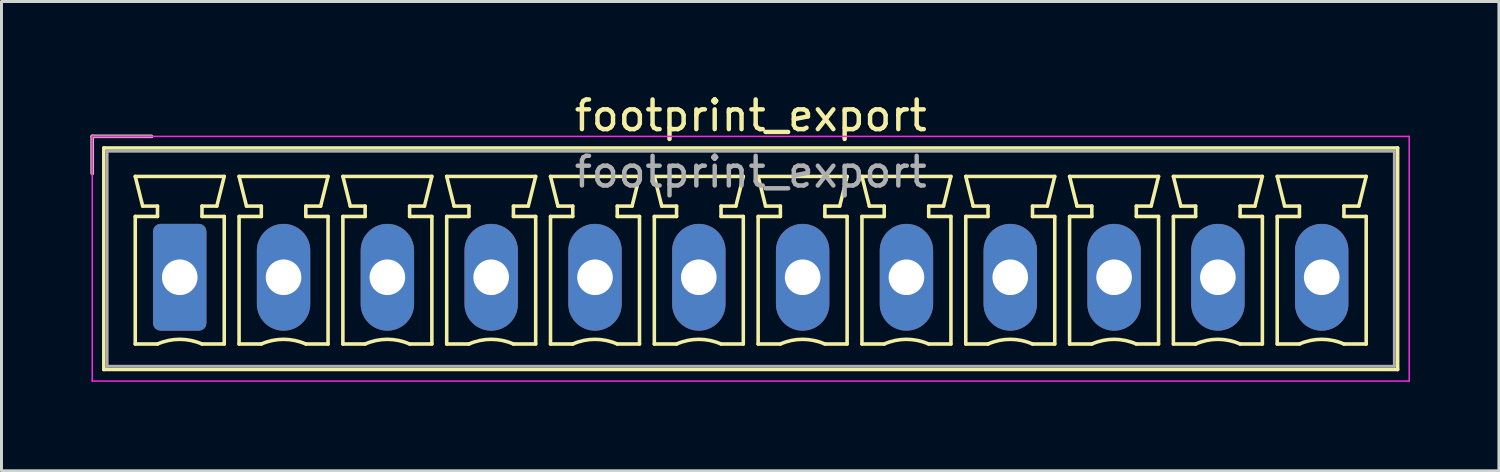
<source format=kicad_pcb>
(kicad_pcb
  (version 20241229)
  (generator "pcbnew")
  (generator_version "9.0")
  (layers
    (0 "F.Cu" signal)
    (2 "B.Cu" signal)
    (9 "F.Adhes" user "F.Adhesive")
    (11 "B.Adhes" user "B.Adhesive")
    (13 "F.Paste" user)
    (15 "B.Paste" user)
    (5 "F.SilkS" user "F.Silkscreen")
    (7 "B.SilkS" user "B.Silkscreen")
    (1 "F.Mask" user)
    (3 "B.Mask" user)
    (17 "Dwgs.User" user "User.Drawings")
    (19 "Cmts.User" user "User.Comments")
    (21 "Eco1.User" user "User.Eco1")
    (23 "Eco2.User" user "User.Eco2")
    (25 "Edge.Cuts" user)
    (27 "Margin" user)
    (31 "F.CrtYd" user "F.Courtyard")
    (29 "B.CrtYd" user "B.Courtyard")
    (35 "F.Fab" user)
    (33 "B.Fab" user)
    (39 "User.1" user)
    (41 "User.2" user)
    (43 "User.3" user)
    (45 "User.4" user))
  (footprint "footprint_export"
    (layer "F.Cu")
    (at 3.01 6.298)
    (property "Reference" "footprint_export" (at 19.25 -5.45 0) (layer "F.SilkS") (effects (font (size 1 1) (thickness 0.15))))
    (attr through_hole)
    (fp_line (start -2.95 -4.75) (end -0.95 -4.75) (stroke (width 0.12) (type solid)) (layer "F.SilkS"))
    (fp_line (start -2.95 -3.5) (end -2.95 -4.75) (stroke (width 0.12) (type solid)) (layer "F.SilkS"))
    (fp_line (start -2.56 -4.36) (end -2.56 3.11) (stroke (width 0.12) (type solid)) (layer "F.SilkS"))
    (fp_line (start -2.56 3.11) (end 41.06 3.11) (stroke (width 0.12) (type solid)) (layer "F.SilkS"))
    (fp_line (start -1.5 -3.4) (end 1.5 -3.4) (stroke (width 0.12) (type solid)) (layer "F.SilkS"))
    (fp_line (start -1.5 -2.05) (end -0.75 -2.05) (stroke (width 0.12) (type solid)) (layer "F.SilkS"))
    (fp_line (start -1.5 2.25) (end -1.5 -2.05) (stroke (width 0.12) (type solid)) (layer "F.SilkS"))
    (fp_line (start -1.25 -2.4) (end -1.5 -3.4) (stroke (width 0.12) (type solid)) (layer "F.SilkS"))
    (fp_line (start -0.75 -2.4) (end -1.25 -2.4) (stroke (width 0.12) (type solid)) (layer "F.SilkS"))
    (fp_line (start -0.75 -2.05) (end -0.75 -2.4) (stroke (width 0.12) (type solid)) (layer "F.SilkS"))
    (fp_line (start -0.75 2.25) (end -1.5 2.25) (stroke (width 0.12) (type solid)) (layer "F.SilkS"))
    (fp_line (start 0.75 -2.4) (end 0.75 -2.05) (stroke (width 0.12) (type solid)) (layer "F.SilkS"))
    (fp_line (start 0.75 -2.05) (end 1.5 -2.05) (stroke (width 0.12) (type solid)) (layer "F.SilkS"))
    (fp_line (start 1.25 -2.4) (end 0.75 -2.4) (stroke (width 0.12) (type solid)) (layer "F.SilkS"))
    (fp_line (start 1.5 -3.4) (end 1.25 -2.4) (stroke (width 0.12) (type solid)) (layer "F.SilkS"))
    (fp_line (start 1.5 -2.05) (end 1.5 2.25) (stroke (width 0.12) (type solid)) (layer "F.SilkS"))
    (fp_line (start 1.5 2.25) (end 0.75 2.25) (stroke (width 0.12) (type solid)) (layer "F.SilkS"))
    (fp_line (start 2 -3.4) (end 5 -3.4) (stroke (width 0.12) (type solid)) (layer "F.SilkS"))
    (fp_line (start 2 -2.05) (end 2.75 -2.05) (stroke (width 0.12) (type solid)) (layer "F.SilkS"))
    (fp_line (start 2 2.25) (end 2 -2.05) (stroke (width 0.12) (type solid)) (layer "F.SilkS"))
    (fp_line (start 2.25 -2.4) (end 2 -3.4) (stroke (width 0.12) (type solid)) (layer "F.SilkS"))
    (fp_line (start 2.75 -2.4) (end 2.25 -2.4) (stroke (width 0.12) (type solid)) (layer "F.SilkS"))
    (fp_line (start 2.75 -2.05) (end 2.75 -2.4) (stroke (width 0.12) (type solid)) (layer "F.SilkS"))
    (fp_line (start 2.75 2.25) (end 2 2.25) (stroke (width 0.12) (type solid)) (layer "F.SilkS"))
    (fp_line (start 4.25 -2.4) (end 4.25 -2.05) (stroke (width 0.12) (type solid)) (layer "F.SilkS"))
    (fp_line (start 4.25 -2.05) (end 5 -2.05) (stroke (width 0.12) (type solid)) (layer "F.SilkS"))
    (fp_line (start 4.75 -2.4) (end 4.25 -2.4) (stroke (width 0.12) (type solid)) (layer "F.SilkS"))
    (fp_line (start 5 -3.4) (end 4.75 -2.4) (stroke (width 0.12) (type solid)) (layer "F.SilkS"))
    (fp_line (start 5 -2.05) (end 5 2.25) (stroke (width 0.12) (type solid)) (layer "F.SilkS"))
    (fp_line (start 5 2.25) (end 4.25 2.25) (stroke (width 0.12) (type solid)) (layer "F.SilkS"))
    (fp_line (start 5.5 -3.4) (end 8.5 -3.4) (stroke (width 0.12) (type solid)) (layer "F.SilkS"))
    (fp_line (start 5.5 -2.05) (end 6.25 -2.05) (stroke (width 0.12) (type solid)) (layer "F.SilkS"))
    (fp_line (start 5.5 2.25) (end 5.5 -2.05) (stroke (width 0.12) (type solid)) (layer "F.SilkS"))
    (fp_line (start 5.75 -2.4) (end 5.5 -3.4) (stroke (width 0.12) (type solid)) (layer "F.SilkS"))
    (fp_line (start 6.25 -2.4) (end 5.75 -2.4) (stroke (width 0.12) (type solid)) (layer "F.SilkS"))
    (fp_line (start 6.25 -2.05) (end 6.25 -2.4) (stroke (width 0.12) (type solid)) (layer "F.SilkS"))
    (fp_line (start 6.25 2.25) (end 5.5 2.25) (stroke (width 0.12) (type solid)) (layer "F.SilkS"))
    (fp_line (start 7.75 -2.4) (end 7.75 -2.05) (stroke (width 0.12) (type solid)) (layer "F.SilkS"))
    (fp_line (start 7.75 -2.05) (end 8.5 -2.05) (stroke (width 0.12) (type solid)) (layer "F.SilkS"))
    (fp_line (start 8.25 -2.4) (end 7.75 -2.4) (stroke (width 0.12) (type solid)) (layer "F.SilkS"))
    (fp_line (start 8.5 -3.4) (end 8.25 -2.4) (stroke (width 0.12) (type solid)) (layer "F.SilkS"))
    (fp_line (start 8.5 -2.05) (end 8.5 2.25) (stroke (width 0.12) (type solid)) (layer "F.SilkS"))
    (fp_line (start 8.5 2.25) (end 7.75 2.25) (stroke (width 0.12) (type solid)) (layer "F.SilkS"))
    (fp_line (start 9 -3.4) (end 12 -3.4) (stroke (width 0.12) (type solid)) (layer "F.SilkS"))
    (fp_line (start 9 -2.05) (end 9.75 -2.05) (stroke (width 0.12) (type solid)) (layer "F.SilkS"))
    (fp_line (start 9 2.25) (end 9 -2.05) (stroke (width 0.12) (type solid)) (layer "F.SilkS"))
    (fp_line (start 9.25 -2.4) (end 9 -3.4) (stroke (width 0.12) (type solid)) (layer "F.SilkS"))
    (fp_line (start 9.75 -2.4) (end 9.25 -2.4) (stroke (width 0.12) (type solid)) (layer "F.SilkS"))
    (fp_line (start 9.75 -2.05) (end 9.75 -2.4) (stroke (width 0.12) (type solid)) (layer "F.SilkS"))
    (fp_line (start 9.75 2.25) (end 9 2.25) (stroke (width 0.12) (type solid)) (layer "F.SilkS"))
    (fp_line (start 11.25 -2.4) (end 11.25 -2.05) (stroke (width 0.12) (type solid)) (layer "F.SilkS"))
    (fp_line (start 11.25 -2.05) (end 12 -2.05) (stroke (width 0.12) (type solid)) (layer "F.SilkS"))
    (fp_line (start 11.75 -2.4) (end 11.25 -2.4) (stroke (width 0.12) (type solid)) (layer "F.SilkS"))
    (fp_line (start 12 -3.4) (end 11.75 -2.4) (stroke (width 0.12) (type solid)) (layer "F.SilkS"))
    (fp_line (start 12 -2.05) (end 12 2.25) (stroke (width 0.12) (type solid)) (layer "F.SilkS"))
    (fp_line (start 12 2.25) (end 11.25 2.25) (stroke (width 0.12) (type solid)) (layer "F.SilkS"))
    (fp_line (start 12.5 -3.4) (end 15.5 -3.4) (stroke (width 0.12) (type solid)) (layer "F.SilkS"))
    (fp_line (start 12.5 -2.05) (end 13.25 -2.05) (stroke (width 0.12) (type solid)) (layer "F.SilkS"))
    (fp_line (start 12.5 2.25) (end 12.5 -2.05) (stroke (width 0.12) (type solid)) (layer "F.SilkS"))
    (fp_line (start 12.75 -2.4) (end 12.5 -3.4) (stroke (width 0.12) (type solid)) (layer "F.SilkS"))
    (fp_line (start 13.25 -2.4) (end 12.75 -2.4) (stroke (width 0.12) (type solid)) (layer "F.SilkS"))
    (fp_line (start 13.25 -2.05) (end 13.25 -2.4) (stroke (width 0.12) (type solid)) (layer "F.SilkS"))
    (fp_line (start 13.25 2.25) (end 12.5 2.25) (stroke (width 0.12) (type solid)) (layer "F.SilkS"))
    (fp_line (start 14.75 -2.4) (end 14.75 -2.05) (stroke (width 0.12) (type solid)) (layer "F.SilkS"))
    (fp_line (start 14.75 -2.05) (end 15.5 -2.05) (stroke (width 0.12) (type solid)) (layer "F.SilkS"))
    (fp_line (start 15.25 -2.4) (end 14.75 -2.4) (stroke (width 0.12) (type solid)) (layer "F.SilkS"))
    (fp_line (start 15.5 -3.4) (end 15.25 -2.4) (stroke (width 0.12) (type solid)) (layer "F.SilkS"))
    (fp_line (start 15.5 -2.05) (end 15.5 2.25) (stroke (width 0.12) (type solid)) (layer "F.SilkS"))
    (fp_line (start 15.5 2.25) (end 14.75 2.25) (stroke (width 0.12) (type solid)) (layer "F.SilkS"))
    (fp_line (start 16 -3.4) (end 19 -3.4) (stroke (width 0.12) (type solid)) (layer "F.SilkS"))
    (fp_line (start 16 -2.05) (end 16.75 -2.05) (stroke (width 0.12) (type solid)) (layer "F.SilkS"))
    (fp_line (start 16 2.25) (end 16 -2.05) (stroke (width 0.12) (type solid)) (layer "F.SilkS"))
    (fp_line (start 16.25 -2.4) (end 16 -3.4) (stroke (width 0.12) (type solid)) (layer "F.SilkS"))
    (fp_line (start 16.75 -2.4) (end 16.25 -2.4) (stroke (width 0.12) (type solid)) (layer "F.SilkS"))
    (fp_line (start 16.75 -2.05) (end 16.75 -2.4) (stroke (width 0.12) (type solid)) (layer "F.SilkS"))
    (fp_line (start 16.75 2.25) (end 16 2.25) (stroke (width 0.12) (type solid)) (layer "F.SilkS"))
    (fp_line (start 18.25 -2.4) (end 18.25 -2.05) (stroke (width 0.12) (type solid)) (layer "F.SilkS"))
    (fp_line (start 18.25 -2.05) (end 19 -2.05) (stroke (width 0.12) (type solid)) (layer "F.SilkS"))
    (fp_line (start 18.75 -2.4) (end 18.25 -2.4) (stroke (width 0.12) (type solid)) (layer "F.SilkS"))
    (fp_line (start 19 -3.4) (end 18.75 -2.4) (stroke (width 0.12) (type solid)) (layer "F.SilkS"))
    (fp_line (start 19 -2.05) (end 19 2.25) (stroke (width 0.12) (type solid)) (layer "F.SilkS"))
    (fp_line (start 19 2.25) (end 18.25 2.25) (stroke (width 0.12) (type solid)) (layer "F.SilkS"))
    (fp_line (start 19.5 -3.4) (end 22.5 -3.4) (stroke (width 0.12) (type solid)) (layer "F.SilkS"))
    (fp_line (start 19.5 -2.05) (end 20.25 -2.05) (stroke (width 0.12) (type solid)) (layer "F.SilkS"))
    (fp_line (start 19.5 2.25) (end 19.5 -2.05) (stroke (width 0.12) (type solid)) (layer "F.SilkS"))
    (fp_line (start 19.75 -2.4) (end 19.5 -3.4) (stroke (width 0.12) (type solid)) (layer "F.SilkS"))
    (fp_line (start 20.25 -2.4) (end 19.75 -2.4) (stroke (width 0.12) (type solid)) (layer "F.SilkS"))
    (fp_line (start 20.25 -2.05) (end 20.25 -2.4) (stroke (width 0.12) (type solid)) (layer "F.SilkS"))
    (fp_line (start 20.25 2.25) (end 19.5 2.25) (stroke (width 0.12) (type solid)) (layer "F.SilkS"))
    (fp_line (start 21.75 -2.4) (end 21.75 -2.05) (stroke (width 0.12) (type solid)) (layer "F.SilkS"))
    (fp_line (start 21.75 -2.05) (end 22.5 -2.05) (stroke (width 0.12) (type solid)) (layer "F.SilkS"))
    (fp_line (start 22.25 -2.4) (end 21.75 -2.4) (stroke (width 0.12) (type solid)) (layer "F.SilkS"))
    (fp_line (start 22.5 -3.4) (end 22.25 -2.4) (stroke (width 0.12) (type solid)) (layer "F.SilkS"))
    (fp_line (start 22.5 -2.05) (end 22.5 2.25) (stroke (width 0.12) (type solid)) (layer "F.SilkS"))
    (fp_line (start 22.5 2.25) (end 21.75 2.25) (stroke (width 0.12) (type solid)) (layer "F.SilkS"))
    (fp_line (start 23 -3.4) (end 26 -3.4) (stroke (width 0.12) (type solid)) (layer "F.SilkS"))
    (fp_line (start 23 -2.05) (end 23.75 -2.05) (stroke (width 0.12) (type solid)) (layer "F.SilkS"))
    (fp_line (start 23 2.25) (end 23 -2.05) (stroke (width 0.12) (type solid)) (layer "F.SilkS"))
    (fp_line (start 23.25 -2.4) (end 23 -3.4) (stroke (width 0.12) (type solid)) (layer "F.SilkS"))
    (fp_line (start 23.75 -2.4) (end 23.25 -2.4) (stroke (width 0.12) (type solid)) (layer "F.SilkS"))
    (fp_line (start 23.75 -2.05) (end 23.75 -2.4) (stroke (width 0.12) (type solid)) (layer "F.SilkS"))
    (fp_line (start 23.75 2.25) (end 23 2.25) (stroke (width 0.12) (type solid)) (layer "F.SilkS"))
    (fp_line (start 25.25 -2.4) (end 25.25 -2.05) (stroke (width 0.12) (type solid)) (layer "F.SilkS"))
    (fp_line (start 25.25 -2.05) (end 26 -2.05) (stroke (width 0.12) (type solid)) (layer "F.SilkS"))
    (fp_line (start 25.75 -2.4) (end 25.25 -2.4) (stroke (width 0.12) (type solid)) (layer "F.SilkS"))
    (fp_line (start 26 -3.4) (end 25.75 -2.4) (stroke (width 0.12) (type solid)) (layer "F.SilkS"))
    (fp_line (start 26 -2.05) (end 26 2.25) (stroke (width 0.12) (type solid)) (layer "F.SilkS"))
    (fp_line (start 26 2.25) (end 25.25 2.25) (stroke (width 0.12) (type solid)) (layer "F.SilkS"))
    (fp_line (start 26.5 -3.4) (end 29.5 -3.4) (stroke (width 0.12) (type solid)) (layer "F.SilkS"))
    (fp_line (start 26.5 -2.05) (end 27.25 -2.05) (stroke (width 0.12) (type solid)) (layer "F.SilkS"))
    (fp_line (start 26.5 2.25) (end 26.5 -2.05) (stroke (width 0.12) (type solid)) (layer "F.SilkS"))
    (fp_line (start 26.75 -2.4) (end 26.5 -3.4) (stroke (width 0.12) (type solid)) (layer "F.SilkS"))
    (fp_line (start 27.25 -2.4) (end 26.75 -2.4) (stroke (width 0.12) (type solid)) (layer "F.SilkS"))
    (fp_line (start 27.25 -2.05) (end 27.25 -2.4) (stroke (width 0.12) (type solid)) (layer "F.SilkS"))
    (fp_line (start 27.25 2.25) (end 26.5 2.25) (stroke (width 0.12) (type solid)) (layer "F.SilkS"))
    (fp_line (start 28.75 -2.4) (end 28.75 -2.05) (stroke (width 0.12) (type solid)) (layer "F.SilkS"))
    (fp_line (start 28.75 -2.05) (end 29.5 -2.05) (stroke (width 0.12) (type solid)) (layer "F.SilkS"))
    (fp_line (start 29.25 -2.4) (end 28.75 -2.4) (stroke (width 0.12) (type solid)) (layer "F.SilkS"))
    (fp_line (start 29.5 -3.4) (end 29.25 -2.4) (stroke (width 0.12) (type solid)) (layer "F.SilkS"))
    (fp_line (start 29.5 -2.05) (end 29.5 2.25) (stroke (width 0.12) (type solid)) (layer "F.SilkS"))
    (fp_line (start 29.5 2.25) (end 28.75 2.25) (stroke (width 0.12) (type solid)) (layer "F.SilkS"))
    (fp_line (start 30 -3.4) (end 33 -3.4) (stroke (width 0.12) (type solid)) (layer "F.SilkS"))
    (fp_line (start 30 -2.05) (end 30.75 -2.05) (stroke (width 0.12) (type solid)) (layer "F.SilkS"))
    (fp_line (start 30 2.25) (end 30 -2.05) (stroke (width 0.12) (type solid)) (layer "F.SilkS"))
    (fp_line (start 30.25 -2.4) (end 30 -3.4) (stroke (width 0.12) (type solid)) (layer "F.SilkS"))
    (fp_line (start 30.75 -2.4) (end 30.25 -2.4) (stroke (width 0.12) (type solid)) (layer "F.SilkS"))
    (fp_line (start 30.75 -2.05) (end 30.75 -2.4) (stroke (width 0.12) (type solid)) (layer "F.SilkS"))
    (fp_line (start 30.75 2.25) (end 30 2.25) (stroke (width 0.12) (type solid)) (layer "F.SilkS"))
    (fp_line (start 32.25 -2.4) (end 32.25 -2.05) (stroke (width 0.12) (type solid)) (layer "F.SilkS"))
    (fp_line (start 32.25 -2.05) (end 33 -2.05) (stroke (width 0.12) (type solid)) (layer "F.SilkS"))
    (fp_line (start 32.75 -2.4) (end 32.25 -2.4) (stroke (width 0.12) (type solid)) (layer "F.SilkS"))
    (fp_line (start 33 -3.4) (end 32.75 -2.4) (stroke (width 0.12) (type solid)) (layer "F.SilkS"))
    (fp_line (start 33 -2.05) (end 33 2.25) (stroke (width 0.12) (type solid)) (layer "F.SilkS"))
    (fp_line (start 33 2.25) (end 32.25 2.25) (stroke (width 0.12) (type solid)) (layer "F.SilkS"))
    (fp_line (start 33.5 -3.4) (end 36.5 -3.4) (stroke (width 0.12) (type solid)) (layer "F.SilkS"))
    (fp_line (start 33.5 -2.05) (end 34.25 -2.05) (stroke (width 0.12) (type solid)) (layer "F.SilkS"))
    (fp_line (start 33.5 2.25) (end 33.5 -2.05) (stroke (width 0.12) (type solid)) (layer "F.SilkS"))
    (fp_line (start 33.75 -2.4) (end 33.5 -3.4) (stroke (width 0.12) (type solid)) (layer "F.SilkS"))
    (fp_line (start 34.25 -2.4) (end 33.75 -2.4) (stroke (width 0.12) (type solid)) (layer "F.SilkS"))
    (fp_line (start 34.25 -2.05) (end 34.25 -2.4) (stroke (width 0.12) (type solid)) (layer "F.SilkS"))
    (fp_line (start 34.25 2.25) (end 33.5 2.25) (stroke (width 0.12) (type solid)) (layer "F.SilkS"))
    (fp_line (start 35.75 -2.4) (end 35.75 -2.05) (stroke (width 0.12) (type solid)) (layer "F.SilkS"))
    (fp_line (start 35.75 -2.05) (end 36.5 -2.05) (stroke (width 0.12) (type solid)) (layer "F.SilkS"))
    (fp_line (start 36.25 -2.4) (end 35.75 -2.4) (stroke (width 0.12) (type solid)) (layer "F.SilkS"))
    (fp_line (start 36.5 -3.4) (end 36.25 -2.4) (stroke (width 0.12) (type solid)) (layer "F.SilkS"))
    (fp_line (start 36.5 -2.05) (end 36.5 2.25) (stroke (width 0.12) (type solid)) (layer "F.SilkS"))
    (fp_line (start 36.5 2.25) (end 35.75 2.25) (stroke (width 0.12) (type solid)) (layer "F.SilkS"))
    (fp_line (start 37 -3.4) (end 40 -3.4) (stroke (width 0.12) (type solid)) (layer "F.SilkS"))
    (fp_line (start 37 -2.05) (end 37.75 -2.05) (stroke (width 0.12) (type solid)) (layer "F.SilkS"))
    (fp_line (start 37 2.25) (end 37 -2.05) (stroke (width 0.12) (type solid)) (layer "F.SilkS"))
    (fp_line (start 37.25 -2.4) (end 37 -3.4) (stroke (width 0.12) (type solid)) (layer "F.SilkS"))
    (fp_line (start 37.75 -2.4) (end 37.25 -2.4) (stroke (width 0.12) (type solid)) (layer "F.SilkS"))
    (fp_line (start 37.75 -2.05) (end 37.75 -2.4) (stroke (width 0.12) (type solid)) (layer "F.SilkS"))
    (fp_line (start 37.75 2.25) (end 37 2.25) (stroke (width 0.12) (type solid)) (layer "F.SilkS"))
    (fp_line (start 39.25 -2.4) (end 39.25 -2.05) (stroke (width 0.12) (type solid)) (layer "F.SilkS"))
    (fp_line (start 39.25 -2.05) (end 40 -2.05) (stroke (width 0.12) (type solid)) (layer "F.SilkS"))
    (fp_line (start 39.75 -2.4) (end 39.25 -2.4) (stroke (width 0.12) (type solid)) (layer "F.SilkS"))
    (fp_line (start 40 -3.4) (end 39.75 -2.4) (stroke (width 0.12) (type solid)) (layer "F.SilkS"))
    (fp_line (start 40 -2.05) (end 40 2.25) (stroke (width 0.12) (type solid)) (layer "F.SilkS"))
    (fp_line (start 40 2.25) (end 39.25 2.25) (stroke (width 0.12) (type solid)) (layer "F.SilkS"))
    (fp_line (start 41.06 -4.36) (end -2.56 -4.36) (stroke (width 0.12) (type solid)) (layer "F.SilkS"))
    (fp_line (start 41.06 3.11) (end 41.06 -4.36) (stroke (width 0.12) (type solid)) (layer "F.SilkS"))
    (fp_arc (start -0.75 2.25) (mid -0.000193 2.09191) (end 0.749647 2.249844) (stroke (width 0.12) (type solid)) (layer "F.SilkS"))
    (fp_arc (start 2.75 2.25) (mid 3.499807 2.09191) (end 4.249647 2.249844) (stroke (width 0.12) (type solid)) (layer "F.SilkS"))
    (fp_arc (start 6.25 2.25) (mid 6.999807 2.09191) (end 7.749647 2.249844) (stroke (width 0.12) (type solid)) (layer "F.SilkS"))
    (fp_arc (start 9.75 2.25) (mid 10.499807 2.09191) (end 11.249647 2.249844) (stroke (width 0.12) (type solid)) (layer "F.SilkS"))
    (fp_arc (start 13.25 2.25) (mid 13.999807 2.09191) (end 14.749647 2.249844) (stroke (width 0.12) (type solid)) (layer "F.SilkS"))
    (fp_arc (start 16.75 2.25) (mid 17.499807 2.09191) (end 18.249647 2.249844) (stroke (width 0.12) (type solid)) (layer "F.SilkS"))
    (fp_arc (start 20.25 2.25) (mid 20.999807 2.09191) (end 21.749647 2.249844) (stroke (width 0.12) (type solid)) (layer "F.SilkS"))
    (fp_arc (start 23.75 2.25) (mid 24.499807 2.09191) (end 25.249647 2.249844) (stroke (width 0.12) (type solid)) (layer "F.SilkS"))
    (fp_arc (start 27.25 2.25) (mid 27.999807 2.09191) (end 28.749647 2.249844) (stroke (width 0.12) (type solid)) (layer "F.SilkS"))
    (fp_arc (start 30.75 2.25) (mid 31.499807 2.09191) (end 32.249647 2.249844) (stroke (width 0.12) (type solid)) (layer "F.SilkS"))
    (fp_arc (start 34.25 2.25) (mid 34.999807 2.09191) (end 35.749647 2.249844) (stroke (width 0.12) (type solid)) (layer "F.SilkS"))
    (fp_arc (start 37.75 2.25) (mid 38.499807 2.09191) (end 39.249647 2.249844) (stroke (width 0.12) (type solid)) (layer "F.SilkS"))
    (fp_line (start -2.95 -4.75) (end -2.95 3.5) (stroke (width 0.05) (type solid)) (layer "F.CrtYd"))
    (fp_line (start -2.95 3.5) (end 41.45 3.5) (stroke (width 0.05) (type solid)) (layer "F.CrtYd"))
    (fp_line (start 41.45 -4.75) (end -2.95 -4.75) (stroke (width 0.05) (type solid)) (layer "F.CrtYd"))
    (fp_line (start 41.45 3.5) (end 41.45 -4.75) (stroke (width 0.05) (type solid)) (layer "F.CrtYd"))
    (fp_line (start -2.95 -4.75) (end -0.95 -4.75) (stroke (width 0.1) (type solid)) (layer "F.Fab"))
    (fp_line (start -2.95 -3.5) (end -2.95 -4.75) (stroke (width 0.1) (type solid)) (layer "F.Fab"))
    (fp_line (start -2.45 -4.25) (end -2.45 3) (stroke (width 0.1) (type solid)) (layer "F.Fab"))
    (fp_line (start -2.45 3) (end 40.95 3) (stroke (width 0.1) (type solid)) (layer "F.Fab"))
    (fp_line (start 40.95 -4.25) (end -2.45 -4.25) (stroke (width 0.1) (type solid)) (layer "F.Fab"))
    (fp_line (start 40.95 3) (end 40.95 -4.25) (stroke (width 0.1) (type solid)) (layer "F.Fab"))
    (fp_text user "${REFERENCE}" (at 19.25 -3.55 0) (layer "F.Fab") (effects (font (size 1 1) (thickness 0.15))))
    (pad "1" thru_hole roundrect (at 0 0) (size 1.8 3.6) (drill 1.2) (layers "*.Cu" "*.Mask") (roundrect_rratio 0.139))
    (pad "2" thru_hole oval (at 3.5 0) (size 1.8 3.6) (drill 1.2) (layers "*.Cu" "*.Mask"))
    (pad "3" thru_hole oval (at 7 0) (size 1.8 3.6) (drill 1.2) (layers "*.Cu" "*.Mask"))
    (pad "4" thru_hole oval (at 10.5 0) (size 1.8 3.6) (drill 1.2) (layers "*.Cu" "*.Mask"))
    (pad "5" thru_hole oval (at 14 0) (size 1.8 3.6) (drill 1.2) (layers "*.Cu" "*.Mask"))
    (pad "6" thru_hole oval (at 17.5 0) (size 1.8 3.6) (drill 1.2) (layers "*.Cu" "*.Mask"))
    (pad "7" thru_hole oval (at 21 0) (size 1.8 3.6) (drill 1.2) (layers "*.Cu" "*.Mask"))
    (pad "8" thru_hole oval (at 24.5 0) (size 1.8 3.6) (drill 1.2) (layers "*.Cu" "*.Mask"))
    (pad "9" thru_hole oval (at 28 0) (size 1.8 3.6) (drill 1.2) (layers "*.Cu" "*.Mask"))
    (pad "10" thru_hole oval (at 31.5 0) (size 1.8 3.6) (drill 1.2) (layers "*.Cu" "*.Mask"))
    (pad "11" thru_hole oval (at 35 0) (size 1.8 3.6) (drill 1.2) (layers "*.Cu" "*.Mask"))
    (pad "12" thru_hole oval (at 38.5 0) (size 1.8 3.6) (drill 1.2) (layers "*.Cu" "*.Mask")))
  (gr_rect
    (start -3 -3)
    (end 47.485 12.823)
    (stroke (width 0.1) (type default))
    (fill no)
    (layer "Edge.Cuts")))
</source>
